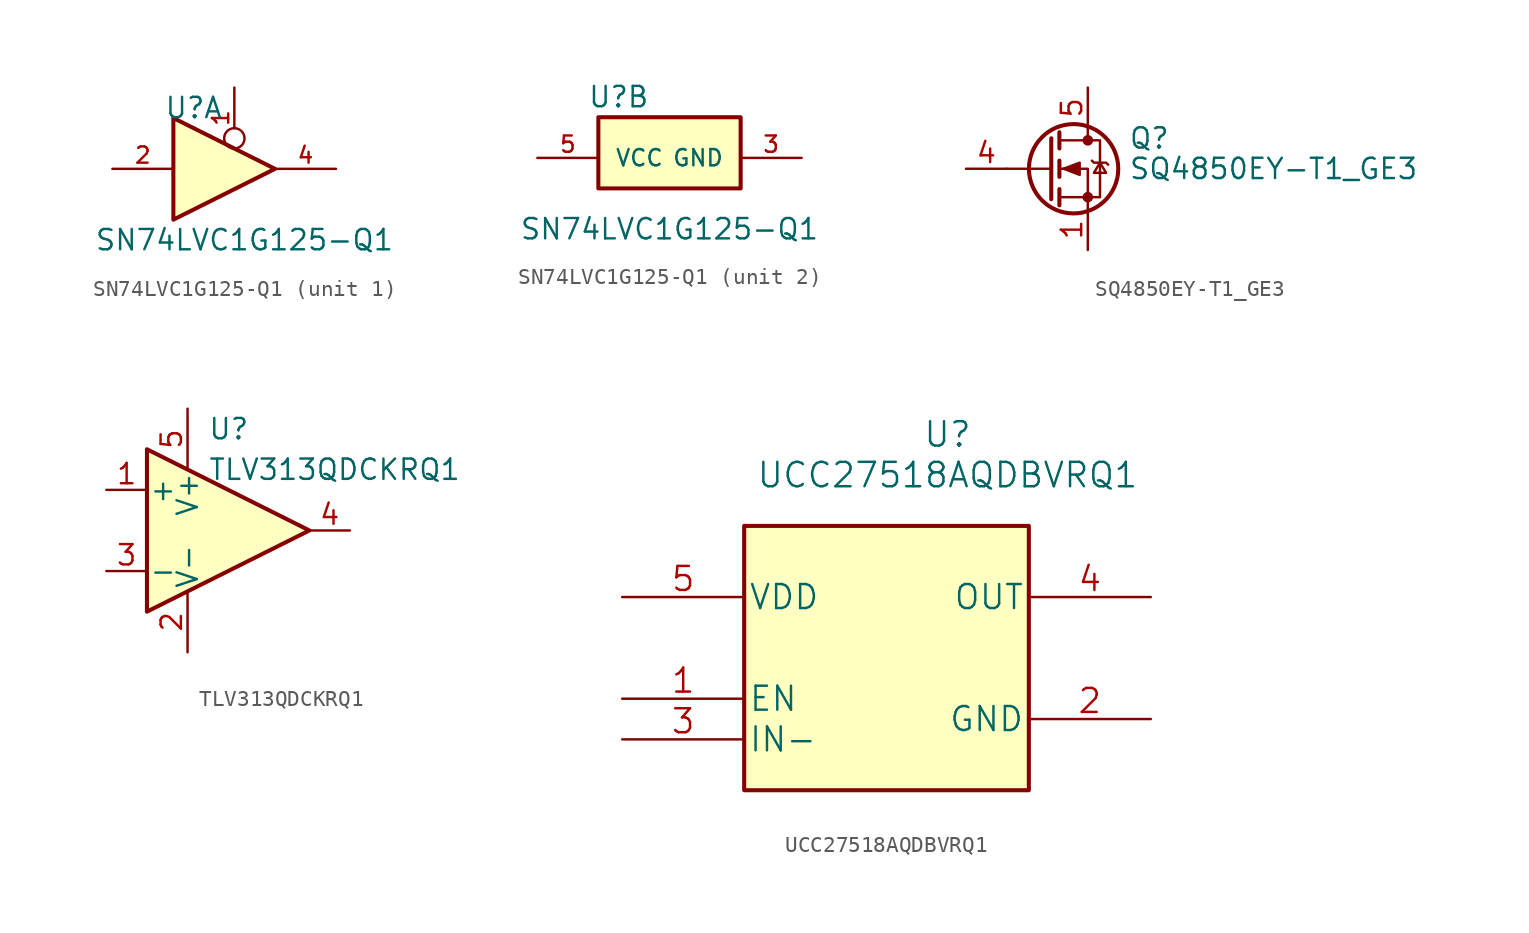
<source format=kicad_sym>
(kicad_symbol_lib
  (version 20241209)
  (generator "kicad_symbol_editor")
  (generator_version "9.0")
  (symbol "SN74LVC1G125-Q1"
    (pin_names
      (offset 1.016))
    (property "Reference" "U"
      (at -2.54 3.81 0)
      (effects (font (size 1.27 1.27))))
    (property "Value" "SN74LVC1G125-Q1"
      (at 0.635 -4.445 0)
      (effects (font (size 1.27 1.27))))
    (property "ki_locked" ""
      (at 0 0 0)
      (effects (font (size 1.27 1.27))))
    (symbol "SN74LVC1G125-Q1_1_1"
      (polyline (pts (xy -3.81 3.175) (xy -3.81 -3.175) (xy 2.54 0) (xy -3.81 3.175)) (stroke (width 0.254) (type solid)) (fill (type background)))
      (pin input line (at -7.62 0 0) (length 3.81) (name "~" (effects (font (size 1.016 1.016)))) (number "2" (effects (font (size 1.016 1.016)))))
      (pin input inverted (at 0 5.08 270) (length 3.81) (name "~" (effects (font (size 1.016 1.016)))) (number "1" (effects (font (size 1.016 1.016)))))
      (pin power_in line (at 1.27 1.27 90) (length 0) (hide yes) (name "VCC" (effects (font (size 1.016 1.016)))) (number "5" (effects (font (size 1.016 1.016)))))
      (pin power_in line (at 1.27 -1.27 270) (length 0) (hide yes) (name "GND" (effects (font (size 1.016 1.016)))) (number "3" (effects (font (size 1.016 1.016)))))
      (pin tri_state line (at 6.35 0 180) (length 3.81) (name "~" (effects (font (size 1.016 1.016)))) (number "4" (effects (font (size 1.016 1.016))))))
    (symbol "SN74LVC1G125-Q1_2_1"
      (rectangle (start -3.81 2.54) (end 5.08 -1.905) (stroke (width 0.254) (type solid)) (fill (type background)))
      (pin power_in line (at -7.62 0 0) (length 3.81) (name "VCC" (effects (font (size 1.016 1.016)))) (number "5" (effects (font (size 1.016 1.016)))))
      (pin power_in line (at 1.27 1.27 90) (length 0) (hide yes) (name "VCC" (effects (font (size 1.016 1.016)))) (number "5" (effects (font (size 1.016 1.016)))))
      (pin power_in line (at 1.27 -1.27 270) (length 0) (hide yes) (name "GND" (effects (font (size 1.016 1.016)))) (number "3" (effects (font (size 1.016 1.016)))))
      (pin power_in line (at 8.89 0 180) (length 3.81) (name "GND" (effects (font (size 1.016 1.016)))) (number "3" (effects (font (size 1.016 1.016)))))))
  (symbol "SQ4850EY-T1_GE3"
    (pin_names
      (hide yes))
    (property "Reference" "Q"
      (at 5.08 1.905 0)
      (effects (font (size 1.27 1.27)) (justify left)))
    (property "Value" "SQ4850EY-T1_GE3"
      (at 5.08 0 0)
      (effects (font (size 1.27 1.27)) (justify left)))
    (symbol "SQ4850EY-T1_GE3_0_1"
      (polyline (pts (xy 0.254 1.905) (xy 0.254 -1.905)) (stroke (width 0.254) (type solid)) (fill (type none)))
      (polyline (pts (xy 0.254 0) (xy -2.54 0)) (stroke (width 0) (type solid)) (fill (type none)))
      (polyline (pts (xy 0.762 2.286) (xy 0.762 1.27)) (stroke (width 0.254) (type solid)) (fill (type none)))
      (polyline (pts (xy 0.762 0.508) (xy 0.762 -0.508)) (stroke (width 0.254) (type solid)) (fill (type none)))
      (polyline (pts (xy 0.762 -1.27) (xy 0.762 -2.286)) (stroke (width 0.254) (type solid)) (fill (type none)))
      (polyline (pts (xy 0.762 -1.778) (xy 3.302 -1.778) (xy 3.302 1.778) (xy 0.762 1.778)) (stroke (width 0) (type solid)) (fill (type none)))
      (polyline (pts (xy 1.016 0) (xy 2.032 0.381) (xy 2.032 -0.381) (xy 1.016 0)) (stroke (width 0) (type solid)) (fill (type outline)))
      (circle (center 1.651 0) (radius 2.794) (stroke (width 0.254) (type solid)) (fill (type none)))
      (polyline (pts (xy 2.54 2.54) (xy 2.54 1.778)) (stroke (width 0) (type solid)) (fill (type none)))
      (circle (center 2.54 1.778) (radius 0.254) (stroke (width 0) (type solid)) (fill (type outline)))
      (circle (center 2.54 -1.778) (radius 0.254) (stroke (width 0) (type solid)) (fill (type outline)))
      (polyline (pts (xy 2.54 -2.54) (xy 2.54 0) (xy 0.762 0)) (stroke (width 0) (type solid)) (fill (type none)))
      (polyline (pts (xy 2.794 0.508) (xy 2.921 0.381) (xy 3.683 0.381) (xy 3.81 0.254)) (stroke (width 0) (type solid)) (fill (type none)))
      (polyline (pts (xy 3.302 0.381) (xy 2.921 -0.254) (xy 3.683 -0.254) (xy 3.302 0.381)) (stroke (width 0) (type solid)) (fill (type none))))
    (symbol "SQ4850EY-T1_GE3_1_1"
      (pin passive line (at -5.08 0 0) (length 2.54) (name "G" (effects (font (size 1.27 1.27)))) (number "4" (effects (font (size 1.27 1.27)))))
      (pin passive line (at 2.54 5.08 270) (length 2.54) (name "D" (effects (font (size 1.27 1.27)))) (number "5" (effects (font (size 1.27 1.27)))))
      (pin passive line (at 2.54 5.08 270) (length 2.54) (hide yes) (name "~" (effects (font (size 1.016 1.016)))) (number "6" (effects (font (size 1.016 1.016)))))
      (pin passive line (at 2.54 5.08 270) (length 2.54) (hide yes) (name "~" (effects (font (size 1.27 1.27)))) (number "7" (effects (font (size 1.27 1.27)))))
      (pin passive line (at 2.54 5.08 270) (length 2.54) (hide yes) (name "~" (effects (font (size 1.016 1.016)))) (number "8" (effects (font (size 1.016 1.016)))))
      (pin passive line (at 2.54 -5.08 90) (length 2.54) (name "S" (effects (font (size 1.27 1.27)))) (number "1" (effects (font (size 1.27 1.27)))))
      (pin passive line (at 2.54 -5.08 90) (length 2.54) (hide yes) (name "S" (effects (font (size 1.27 1.27)))) (number "2" (effects (font (size 1.27 1.27)))))
      (pin passive line (at 2.54 -5.08 90) (length 2.54) (hide yes) (name "S" (effects (font (size 1.27 1.27)))) (number "3" (effects (font (size 1.27 1.27)))))))
  (symbol "TLV313QDCKRQ1"
    (pin_names
      (offset 0.127))
    (property "Reference" "U"
      (at -1.27 6.35 0)
      (effects (font (size 1.27 1.27)) (justify left)))
    (property "Value" "TLV313QDCKRQ1"
      (at -1.27 3.81 0)
      (effects (font (size 1.27 1.27)) (justify left)))
    (symbol "TLV313QDCKRQ1_0_1"
      (polyline (pts (xy -5.08 5.08) (xy 5.08 0) (xy -5.08 -5.08) (xy -5.08 5.08)) (stroke (width 0.254) (type solid)) (fill (type background)))
      (pin power_in line (at -2.54 7.62 270) (length 3.81) (name "V+" (effects (font (size 1.27 1.27)))) (number "5" (effects (font (size 1.27 1.27)))))
      (pin power_in line (at -2.54 -7.62 90) (length 3.81) (name "V-" (effects (font (size 1.27 1.27)))) (number "2" (effects (font (size 1.27 1.27))))))
    (symbol "TLV313QDCKRQ1_1_1"
      (pin input line (at -7.62 2.54 0) (length 2.54) (name "+" (effects (font (size 1.27 1.27)))) (number "1" (effects (font (size 1.27 1.27)))))
      (pin input line (at -7.62 -2.54 0) (length 2.54) (name "-" (effects (font (size 1.27 1.27)))) (number "3" (effects (font (size 1.27 1.27)))))
      (pin output line (at 7.62 0 180) (length 2.54) (name "~" (effects (font (size 1.27 1.27)))) (number "4" (effects (font (size 1.27 1.27)))))))
  (symbol "UCC27518AQDBVRQ1"
    (pin_names
      (offset 0.254))
    (property "Reference" "U"
      (at 20.32 10.16 0)
      (effects (font (size 1.524 1.524))))
    (property "Value" "UCC27518AQDBVRQ1"
      (at 20.32 7.62 0)
      (effects (font (size 1.524 1.524))))
    (property "Datasheet" ""
      (at 0 -6.35 0)
      (effects (font (size 1.524 1.524))))
    (property "ki_locked" ""
      (at 0 0 0)
      (effects (font (size 1.27 1.27))))
    (symbol "UCC27518AQDBVRQ1_1_1"
      (rectangle (start 7.62 4.445) (end 25.4 -12.065) (stroke (width 0.254) (type solid)) (fill (type background)))
      (pin power_in line (at 0 0 0) (length 7.62) (name "VDD" (effects (font (size 1.499 1.499)))) (number "5" (effects (font (size 1.499 1.499)))))
      (pin input line (at 0 -6.35 0) (length 7.62) (name "EN" (effects (font (size 1.499 1.499)))) (number "1" (effects (font (size 1.499 1.499)))))
      (pin input line (at 0 -8.89 0) (length 7.62) (name "IN-" (effects (font (size 1.499 1.499)))) (number "3" (effects (font (size 1.499 1.499)))))
      (pin output line (at 33.02 0 180) (length 7.62) (name "OUT" (effects (font (size 1.499 1.499)))) (number "4" (effects (font (size 1.499 1.499)))))
      (pin power_in line (at 33.02 -7.62 180) (length 7.62) (name "GND" (effects (font (size 1.499 1.499)))) (number "2" (effects (font (size 1.499 1.499))))))))
</source>
